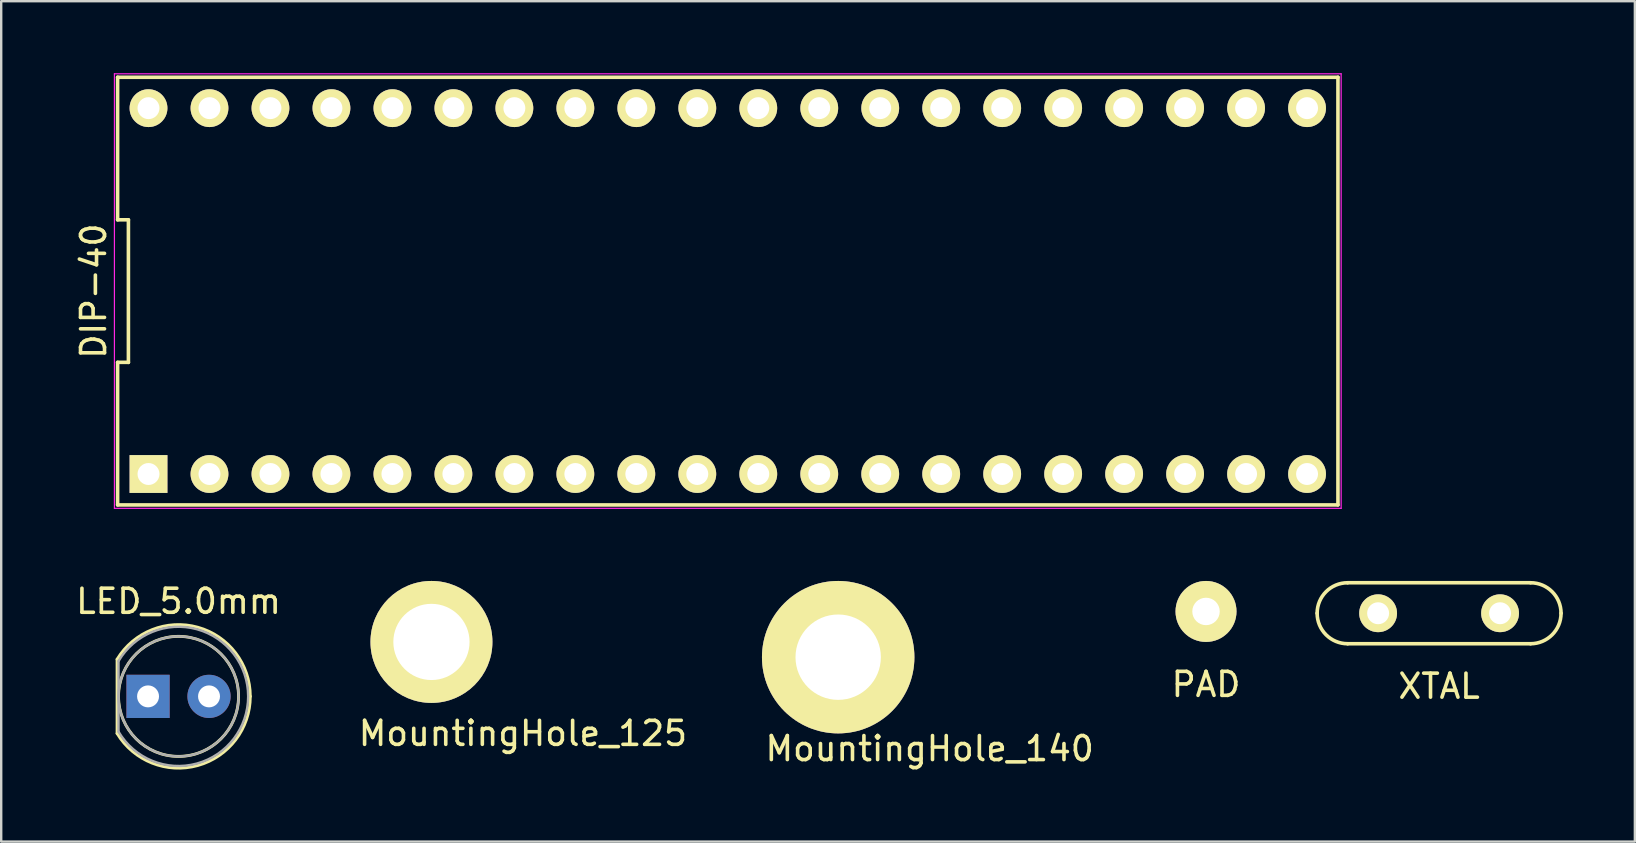
<source format=kicad_pcb>
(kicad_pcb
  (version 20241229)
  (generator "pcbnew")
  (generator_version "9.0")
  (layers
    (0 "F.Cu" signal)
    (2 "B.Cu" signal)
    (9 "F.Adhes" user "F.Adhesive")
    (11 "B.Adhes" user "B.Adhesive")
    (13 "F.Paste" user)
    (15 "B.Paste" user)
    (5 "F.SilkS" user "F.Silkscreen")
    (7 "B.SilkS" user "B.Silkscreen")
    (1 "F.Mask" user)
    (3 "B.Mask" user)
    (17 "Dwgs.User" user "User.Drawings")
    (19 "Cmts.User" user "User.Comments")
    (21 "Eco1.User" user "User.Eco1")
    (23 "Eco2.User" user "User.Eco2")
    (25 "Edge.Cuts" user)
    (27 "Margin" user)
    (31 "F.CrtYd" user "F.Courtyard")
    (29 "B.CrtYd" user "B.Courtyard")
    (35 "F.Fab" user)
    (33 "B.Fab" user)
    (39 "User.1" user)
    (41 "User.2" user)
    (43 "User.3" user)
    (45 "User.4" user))
  (footprint "PAD"
    (layer "F.Cu")
    (at 47.187 22.42)
    (property "Reference" "PAD" (at 0 3.04 0) (layer "F.SilkS") (effects (font (size 1 1) (thickness 0.15))))
    (attr through_hole)
    (pad "1" thru_hole circle (at 0 0) (size 2.54 2.54) (drill 1.143) (layers "*.Cu" "*.Mask" "F.SilkS")))
  (footprint "MountingHole_140"
    (layer "F.Cu")
    (at 31.865 24.325)
    (property "Reference" "MountingHole_140" (at 3.81 3.81 0) (layer "F.SilkS") (effects (font (size 1 1) (thickness 0.15))))
    (attr through_hole)
    (pad "" thru_hole circle (at 0 0) (size 6.35 6.35) (drill 3.556) (layers "*.Cu" "*.Mask" "F.SilkS")))
  (footprint "LED_5.0mm"
    (layer "F.Cu")
    (at 3.117 25.958)
    (property "Reference" "LED_5.0mm" (at 1.27 -3.96 0) (layer "F.SilkS") (effects (font (size 1 1) (thickness 0.15))))
    (attr through_hole)
    (fp_line (start -1.29 -1.545) (end -1.29 1.545) (stroke (width 0.12) (type solid)) (layer "F.SilkS"))
    (fp_arc (start -1.29 -1.54483) (mid 2.072002 -2.880433) (end 4.26 0.000462) (stroke (width 0.12) (type solid)) (layer "F.SilkS"))
    (fp_arc (start 4.26 -0.000462) (mid 2.072002 2.880433) (end -1.29 1.54483) (stroke (width 0.12) (type solid)) (layer "F.SilkS"))
    (fp_circle (center 1.27 0) (end 3.77 0) (stroke (width 0.12) (type solid)) (fill no) (layer "F.SilkS"))
    (fp_line (start -1.23 -1.47) (end -1.23 1.47) (stroke (width 0.1) (type solid)) (layer "F.Fab"))
    (fp_arc (start -1.23 -1.469694) (mid 4.17 0.000016) (end -1.230016 1.469666) (stroke (width 0.1) (type solid)) (layer "F.Fab"))
    (fp_circle (center 1.27 0) (end 3.77 0) (stroke (width 0.1) (type solid)) (fill no) (layer "F.Fab"))
    (pad "1" thru_hole rect (at 0 0) (size 1.8 1.8) (drill 0.914) (layers "*.Cu" "*.Mask"))
    (pad "2" thru_hole circle (at 2.54 0) (size 1.8 1.8) (drill 0.914) (layers "*.Cu" "*.Mask")))
  (footprint "DIP-40"
    (layer "F.Cu")
    (at 27.266 9.075)
    (property "Reference" "DIP-40" (at -26.417 0 90) (layer "F.SilkS") (effects (font (size 1 1) (thickness 0.15))))
    (attr through_hole)
    (fp_line (start -25.417 -8.907) (end -25.417 -2.969) (stroke (width 0.15) (type solid)) (layer "F.SilkS"))
    (fp_line (start -25.417 -2.969) (end -24.967 -2.969) (stroke (width 0.15) (type solid)) (layer "F.SilkS"))
    (fp_line (start -25.417 2.969) (end -25.417 8.907) (stroke (width 0.15) (type solid)) (layer "F.SilkS"))
    (fp_line (start -25.417 8.907) (end 25.417 8.907) (stroke (width 0.15) (type solid)) (layer "F.SilkS"))
    (fp_line (start -24.967 -2.969) (end -24.967 2.969) (stroke (width 0.15) (type solid)) (layer "F.SilkS"))
    (fp_line (start -24.967 2.969) (end -25.417 2.969) (stroke (width 0.15) (type solid)) (layer "F.SilkS"))
    (fp_line (start 25.417 -8.907) (end -25.417 -8.907) (stroke (width 0.15) (type solid)) (layer "F.SilkS"))
    (fp_line (start 25.417 8.907) (end 25.417 -8.907) (stroke (width 0.15) (type solid)) (layer "F.SilkS"))
    (fp_line (start -25.55 -9.05) (end 25.55 -9.05) (stroke (width 0.05) (type solid)) (layer "F.CrtYd"))
    (fp_line (start -25.55 9.05) (end -25.55 -9.05) (stroke (width 0.05) (type solid)) (layer "F.CrtYd"))
    (fp_line (start 25.55 -9.05) (end 25.55 9.05) (stroke (width 0.05) (type solid)) (layer "F.CrtYd"))
    (fp_line (start 25.55 9.05) (end -25.55 9.05) (stroke (width 0.05) (type solid)) (layer "F.CrtYd"))
    (pad "1" thru_hole rect (at -24.13 7.62) (size 1.575 1.575) (drill 0.914) (layers "*.Cu" "*.Mask" "F.SilkS"))
    (pad "2" thru_hole circle (at -21.59 7.62) (size 1.575 1.575) (drill 0.914) (layers "*.Cu" "*.Mask" "F.SilkS"))
    (pad "3" thru_hole circle (at -19.05 7.62) (size 1.575 1.575) (drill 0.914) (layers "*.Cu" "*.Mask" "F.SilkS"))
    (pad "4" thru_hole circle (at -16.51 7.62) (size 1.575 1.575) (drill 0.914) (layers "*.Cu" "*.Mask" "F.SilkS"))
    (pad "5" thru_hole circle (at -13.97 7.62) (size 1.575 1.575) (drill 0.914) (layers "*.Cu" "*.Mask" "F.SilkS"))
    (pad "6" thru_hole circle (at -11.43 7.62) (size 1.575 1.575) (drill 0.914) (layers "*.Cu" "*.Mask" "F.SilkS"))
    (pad "7" thru_hole circle (at -8.89 7.62) (size 1.575 1.575) (drill 0.914) (layers "*.Cu" "*.Mask" "F.SilkS"))
    (pad "8" thru_hole circle (at -6.35 7.62) (size 1.575 1.575) (drill 0.914) (layers "*.Cu" "*.Mask" "F.SilkS"))
    (pad "9" thru_hole circle (at -3.81 7.62) (size 1.575 1.575) (drill 0.914) (layers "*.Cu" "*.Mask" "F.SilkS"))
    (pad "10" thru_hole circle (at -1.27 7.62) (size 1.575 1.575) (drill 0.914) (layers "*.Cu" "*.Mask" "F.SilkS"))
    (pad "11" thru_hole circle (at 1.27 7.62) (size 1.575 1.575) (drill 0.914) (layers "*.Cu" "*.Mask" "F.SilkS"))
    (pad "12" thru_hole circle (at 3.81 7.62) (size 1.575 1.575) (drill 0.914) (layers "*.Cu" "*.Mask" "F.SilkS"))
    (pad "13" thru_hole circle (at 6.35 7.62) (size 1.575 1.575) (drill 0.914) (layers "*.Cu" "*.Mask" "F.SilkS"))
    (pad "14" thru_hole circle (at 8.89 7.62) (size 1.575 1.575) (drill 0.914) (layers "*.Cu" "*.Mask" "F.SilkS"))
    (pad "15" thru_hole circle (at 11.43 7.62) (size 1.575 1.575) (drill 0.914) (layers "*.Cu" "*.Mask" "F.SilkS"))
    (pad "16" thru_hole circle (at 13.97 7.62) (size 1.575 1.575) (drill 0.914) (layers "*.Cu" "*.Mask" "F.SilkS"))
    (pad "17" thru_hole circle (at 16.51 7.62) (size 1.575 1.575) (drill 0.914) (layers "*.Cu" "*.Mask" "F.SilkS"))
    (pad "18" thru_hole circle (at 19.05 7.62) (size 1.575 1.575) (drill 0.914) (layers "*.Cu" "*.Mask" "F.SilkS"))
    (pad "19" thru_hole circle (at 21.59 7.62) (size 1.575 1.575) (drill 0.914) (layers "*.Cu" "*.Mask" "F.SilkS"))
    (pad "20" thru_hole circle (at 24.13 7.62) (size 1.575 1.575) (drill 0.914) (layers "*.Cu" "*.Mask" "F.SilkS"))
    (pad "21" thru_hole circle (at 24.13 -7.62) (size 1.575 1.575) (drill 0.914) (layers "*.Cu" "*.Mask" "F.SilkS"))
    (pad "22" thru_hole circle (at 21.59 -7.62) (size 1.575 1.575) (drill 0.914) (layers "*.Cu" "*.Mask" "F.SilkS"))
    (pad "23" thru_hole circle (at 19.05 -7.62) (size 1.575 1.575) (drill 0.914) (layers "*.Cu" "*.Mask" "F.SilkS"))
    (pad "24" thru_hole circle (at 16.51 -7.62) (size 1.575 1.575) (drill 0.914) (layers "*.Cu" "*.Mask" "F.SilkS"))
    (pad "25" thru_hole circle (at 13.97 -7.62) (size 1.575 1.575) (drill 0.914) (layers "*.Cu" "*.Mask" "F.SilkS"))
    (pad "26" thru_hole circle (at 11.43 -7.62) (size 1.575 1.575) (drill 0.914) (layers "*.Cu" "*.Mask" "F.SilkS"))
    (pad "27" thru_hole circle (at 8.89 -7.62) (size 1.575 1.575) (drill 0.914) (layers "*.Cu" "*.Mask" "F.SilkS"))
    (pad "28" thru_hole circle (at 6.35 -7.62) (size 1.575 1.575) (drill 0.914) (layers "*.Cu" "*.Mask" "F.SilkS"))
    (pad "29" thru_hole circle (at 3.81 -7.62) (size 1.575 1.575) (drill 0.914) (layers "*.Cu" "*.Mask" "F.SilkS"))
    (pad "30" thru_hole circle (at 1.27 -7.62) (size 1.575 1.575) (drill 0.914) (layers "*.Cu" "*.Mask" "F.SilkS"))
    (pad "31" thru_hole circle (at -1.27 -7.62) (size 1.575 1.575) (drill 0.914) (layers "*.Cu" "*.Mask" "F.SilkS"))
    (pad "32" thru_hole circle (at -3.81 -7.62) (size 1.575 1.575) (drill 0.914) (layers "*.Cu" "*.Mask" "F.SilkS"))
    (pad "33" thru_hole circle (at -6.35 -7.62) (size 1.575 1.575) (drill 0.914) (layers "*.Cu" "*.Mask" "F.SilkS"))
    (pad "34" thru_hole circle (at -8.89 -7.62) (size 1.575 1.575) (drill 0.914) (layers "*.Cu" "*.Mask" "F.SilkS"))
    (pad "35" thru_hole circle (at -11.43 -7.62) (size 1.575 1.575) (drill 0.914) (layers "*.Cu" "*.Mask" "F.SilkS"))
    (pad "36" thru_hole circle (at -13.97 -7.62) (size 1.575 1.575) (drill 0.914) (layers "*.Cu" "*.Mask" "F.SilkS"))
    (pad "37" thru_hole circle (at -16.51 -7.62) (size 1.575 1.575) (drill 0.914) (layers "*.Cu" "*.Mask" "F.SilkS"))
    (pad "38" thru_hole circle (at -19.05 -7.62) (size 1.575 1.575) (drill 0.914) (layers "*.Cu" "*.Mask" "F.SilkS"))
    (pad "39" thru_hole circle (at -21.59 -7.62) (size 1.575 1.575) (drill 0.914) (layers "*.Cu" "*.Mask" "F.SilkS"))
    (pad "40" thru_hole circle (at -24.13 -7.62) (size 1.575 1.575) (drill 0.914) (layers "*.Cu" "*.Mask" "F.SilkS")))
  (footprint "XTAL"
    (layer "F.Cu")
    (at 56.896 22.495)
    (property "Reference" "XTAL" (at 0 3.04 0) (layer "F.SilkS") (effects (font (size 1 1) (thickness 0.15))))
    (attr through_hole)
    (fp_line (start -3.81 -1.27) (end 3.81 -1.27) (stroke (width 0.15) (type solid)) (layer "F.SilkS"))
    (fp_line (start -3.81 1.27) (end 3.81 1.27) (stroke (width 0.15) (type solid)) (layer "F.SilkS"))
    (fp_arc (start -5.08 0) (mid -4.708026 -0.898026) (end -3.81 -1.27) (stroke (width 0.15) (type solid)) (layer "F.SilkS"))
    (fp_arc (start -3.81 1.27) (mid -4.708026 0.898026) (end -5.08 0) (stroke (width 0.15) (type solid)) (layer "F.SilkS"))
    (fp_arc (start 3.81 -1.27) (mid 4.708026 -0.898026) (end 5.08 0) (stroke (width 0.15) (type solid)) (layer "F.SilkS"))
    (fp_arc (start 5.08 0) (mid 4.708026 0.898026) (end 3.81 1.27) (stroke (width 0.15) (type solid)) (layer "F.SilkS"))
    (pad "1" thru_hole circle (at -2.54 0) (size 1.575 1.575) (drill 0.914) (layers "*.Cu" "*.Mask" "F.SilkS"))
    (pad "2" thru_hole circle (at 2.54 0) (size 1.575 1.575) (drill 0.914) (layers "*.Cu" "*.Mask" "F.SilkS")))
  (footprint "MountingHole_125"
    (layer "F.Cu")
    (at 14.922 23.69)
    (property "Reference" "MountingHole_125" (at 3.81 3.81 0) (layer "F.SilkS") (effects (font (size 1 1) (thickness 0.15))))
    (attr through_hole)
    (pad "" thru_hole circle (at 0 0) (size 5.08 5.08) (drill 3.175) (layers "*.Cu" "*.Mask" "F.SilkS")))
  (gr_rect
    (start -3 -3)
    (end 65.051 32.008)
    (stroke (width 0.1) (type default))
    (fill no)
    (layer "Edge.Cuts")))
</source>
